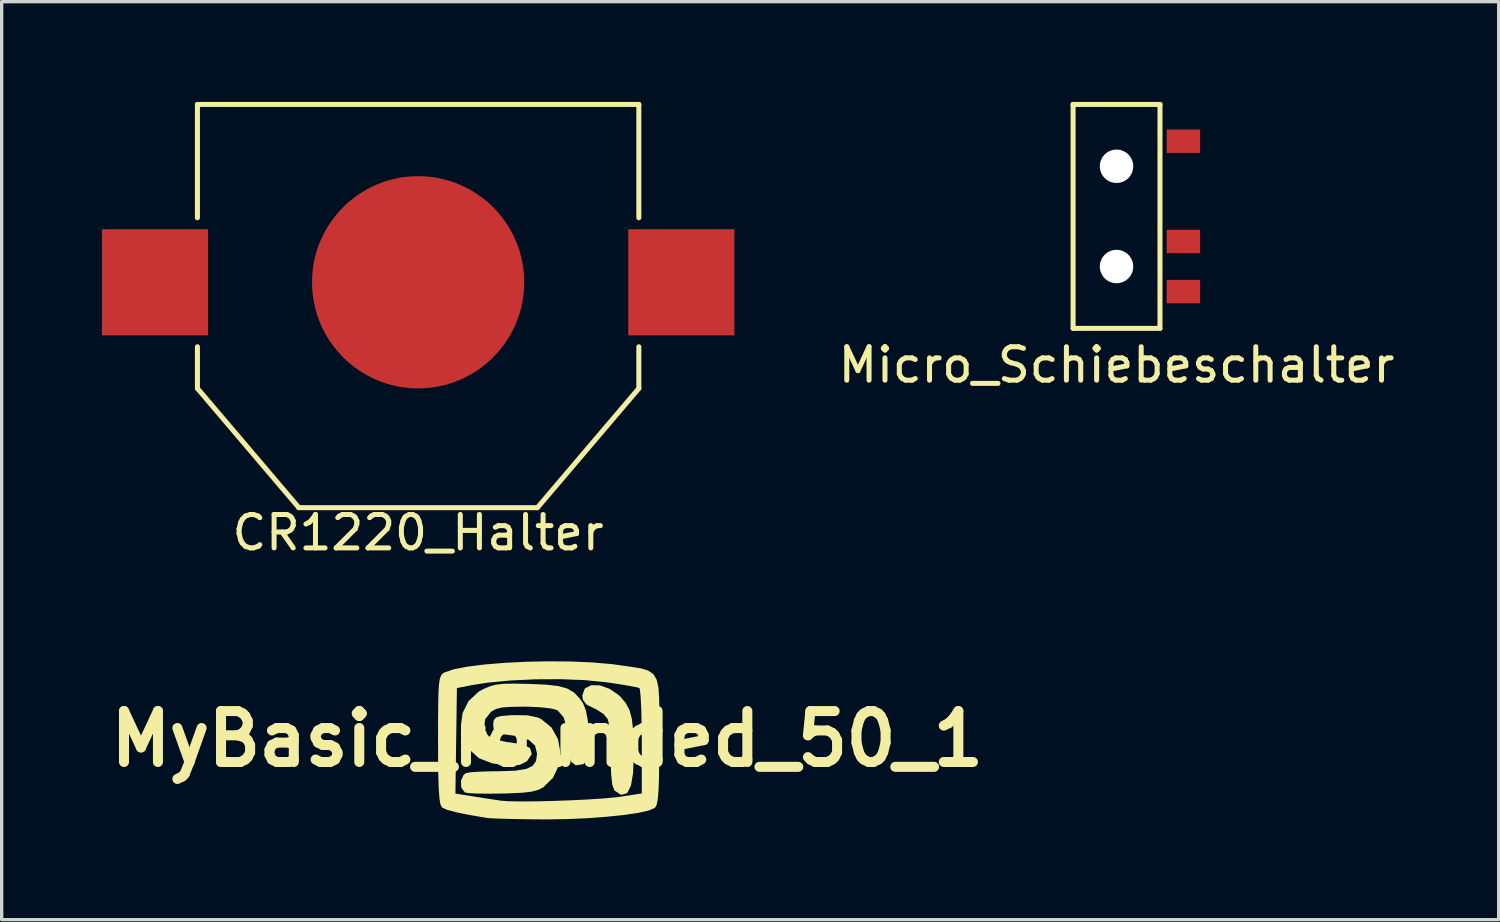
<source format=kicad_pcb>
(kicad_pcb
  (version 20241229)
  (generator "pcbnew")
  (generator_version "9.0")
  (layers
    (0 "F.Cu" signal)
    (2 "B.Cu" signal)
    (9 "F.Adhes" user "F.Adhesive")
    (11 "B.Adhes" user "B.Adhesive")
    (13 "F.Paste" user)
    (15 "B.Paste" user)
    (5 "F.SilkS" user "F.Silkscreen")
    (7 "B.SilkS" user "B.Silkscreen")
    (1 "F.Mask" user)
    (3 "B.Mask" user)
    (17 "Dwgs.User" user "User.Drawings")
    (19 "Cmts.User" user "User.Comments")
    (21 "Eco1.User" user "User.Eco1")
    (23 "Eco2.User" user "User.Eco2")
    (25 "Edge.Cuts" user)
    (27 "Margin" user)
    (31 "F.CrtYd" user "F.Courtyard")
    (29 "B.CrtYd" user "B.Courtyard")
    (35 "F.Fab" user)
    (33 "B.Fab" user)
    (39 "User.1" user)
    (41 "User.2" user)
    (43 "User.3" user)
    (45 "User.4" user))
  (footprint "Micro_Schiebeschalter"
    (layer "F.Cu")
    (at 30.358 3.425)
    (property "Reference" "Micro_Schiebeschalter" (at 0 4.445 0) (layer "F.SilkS") (effects (font (size 1 1) (thickness 0.15))))
    (attr through_hole)
    (fp_line (start -1.3 -3.35) (end 1.3 -3.35) (stroke (width 0.15) (type solid)) (layer "F.SilkS"))
    (fp_line (start -1.3 3.35) (end -1.3 -3.35) (stroke (width 0.15) (type solid)) (layer "F.SilkS"))
    (fp_line (start -1.3 3.35) (end 1.3 3.35) (stroke (width 0.15) (type solid)) (layer "F.SilkS"))
    (fp_line (start 1.3 -3.35) (end 1.3 3.35) (stroke (width 0.15) (type solid)) (layer "F.SilkS"))
    (pad "" np_thru_hole circle (at 0 -1.5) (size 1 1) (drill 1) (layers "*.Cu" "*.Mask"))
    (pad "" np_thru_hole circle (at 0 1.5) (size 1 1) (drill 1) (layers "*.Cu" "*.Mask"))
    (pad "1" smd rect (at 2 -2.25) (size 1 0.7) (layers "F.Cu" "F.Mask" "F.Paste"))
    (pad "2" smd rect (at 2 0.75) (size 1 0.7) (layers "F.Cu" "F.Mask" "F.Paste"))
    (pad "3" smd rect (at 2 2.25) (size 1 0.7) (layers "F.Cu" "F.Mask" "F.Paste")))
  (footprint "CR1220_Halter"
    (layer "F.Cu")
    (at 9.461 5.396)
    (property "Reference" "CR1220_Halter" (at 0 7.493 0) (layer "F.SilkS") (effects (font (size 1 1) (thickness 0.15))))
    (attr through_hole)
    (fp_line (start -6.604 -5.321) (end -6.604 -1.93) (stroke (width 0.15) (type solid)) (layer "F.SilkS"))
    (fp_line (start -6.604 -5.321) (end 6.604 -5.321) (stroke (width 0.15) (type solid)) (layer "F.SilkS"))
    (fp_line (start -6.604 1.93) (end -6.604 3.175) (stroke (width 0.15) (type solid)) (layer "F.SilkS"))
    (fp_line (start -6.604 3.175) (end -3.569 6.744) (stroke (width 0.15) (type solid)) (layer "F.SilkS"))
    (fp_line (start -3.569 6.744) (end 3.569 6.744) (stroke (width 0.15) (type solid)) (layer "F.SilkS"))
    (fp_line (start 6.604 -5.321) (end 6.604 -1.93) (stroke (width 0.15) (type solid)) (layer "F.SilkS"))
    (fp_line (start 6.604 1.93) (end 6.604 3.175) (stroke (width 0.15) (type solid)) (layer "F.SilkS"))
    (fp_line (start 6.604 3.175) (end 3.569 6.744) (stroke (width 0.15) (type solid)) (layer "F.SilkS"))
    (pad "1" smd rect (at -7.874 0) (size 3.175 3.175) (layers "F.Cu" "F.Mask" "F.Paste"))
    (pad "1" smd rect (at 7.874 0) (size 3.175 3.175) (layers "F.Cu" "F.Mask" "F.Paste"))
    (pad "2" smd circle (at 0 0) (size 6.35 6.35) (layers "F.Cu" "F.Mask" "F.Paste")))
  (footprint "MyBasic_rounded_50_1"
    (layer "F.Cu")
    (at 13.324 19.06)
    (property "Reference" "MyBasic_rounded_50_1" (at 0 0 0) (layer "F.SilkS") (effects (font (size 1.524 1.524) (thickness 0.3))))
    (attr through_hole)
    (fp_poly (pts (xy 2.539 0.492) (xy 2.519 1.015) (xy 2.458 1.378) (xy 2.357 1.58) (xy 2.217 1.619) (xy 2.049 1.507) (xy 1.996 1.361) (xy 1.962 1.055) (xy 1.948 0.595) (xy 1.947 0.495) (xy 1.939 0.098) (xy 1.916 -0.255) (xy 1.882 -0.516) (xy 1.853 -0.622) (xy 1.71 -0.791) (xy 1.475 -0.938) (xy 1.43 -0.958) (xy 1.209 -1.068) (xy 1.114 -1.194) (xy 1.101 -1.299) (xy 1.165 -1.476) (xy 1.333 -1.559) (xy 1.568 -1.553) (xy 1.836 -1.458) (xy 2.1 -1.278) (xy 2.154 -1.227) (xy 2.306 -1.05) (xy 2.412 -0.85) (xy 2.482 -0.595) (xy 2.521 -0.251) (xy 2.537 0.213) (xy 2.539 0.492)) (stroke (width 0.1) (type solid)) (fill yes) (layer "F.SilkS"))
    (fp_poly (pts (xy 0.343 0.401) (xy 0.295 0.785) (xy 0.13 1.134) (xy -0.144 1.404) (xy -0.285 1.477) (xy -0.473 1.527) (xy -0.744 1.559) (xy -1.133 1.578) (xy -1.355 1.583) (xy -1.751 1.588) (xy -2.089 1.584) (xy -2.331 1.572) (xy -2.434 1.557) (xy -2.523 1.44) (xy -2.531 1.262) (xy -2.463 1.108) (xy -2.406 1.067) (xy -2.267 1.045) (xy -2.003 1.028) (xy -1.658 1.018) (xy -1.432 1.016) (xy -0.951 1) (xy -0.614 0.946) (xy -0.401 0.843) (xy -0.288 0.68) (xy -0.254 0.446) (xy -0.254 0.436) (xy -0.32 0.172) (xy -0.525 -0.014) (xy -0.876 -0.13) (xy -1.077 -0.159) (xy -1.353 -0.195) (xy -1.499 -0.241) (xy -1.557 -0.319) (xy -1.566 -0.423) (xy -1.555 -0.538) (xy -1.497 -0.604) (xy -1.353 -0.639) (xy -1.086 -0.659) (xy -1.016 -0.662) (xy -0.6 -0.658) (xy -0.3 -0.594) (xy -0.206 -0.551) (xy 0.091 -0.307) (xy 0.274 0.024) (xy 0.343 0.401)) (stroke (width 0.1) (type solid)) (fill yes) (layer "F.SilkS"))
    (fp_poly (pts (xy 1.195 0.127) (xy 1.171 0.424) (xy 1.119 0.633) (xy 1.058 0.708) (xy 0.866 0.738) (xy 0.746 0.642) (xy 0.687 0.405) (xy 0.677 0.173) (xy 0.642 -0.323) (xy 0.535 -0.672) (xy 0.352 -0.884) (xy 0.288 -0.92) (xy 0.111 -0.963) (xy -0.184 -0.996) (xy -0.546 -1.014) (xy -0.712 -1.016) (xy -1.104 -1.01) (xy -1.369 -0.989) (xy -1.549 -0.944) (xy -1.687 -0.869) (xy -1.724 -0.841) (xy -1.903 -0.611) (xy -1.941 -0.348) (xy -1.834 -0.101) (xy -1.777 -0.041) (xy -1.554 0.073) (xy -1.204 0.145) (xy -1.121 0.153) (xy -0.756 0.209) (xy -0.555 0.307) (xy -0.517 0.446) (xy -0.641 0.629) (xy -0.641 0.629) (xy -0.838 0.727) (xy -1.161 0.745) (xy -1.621 0.683) (xy -1.637 0.68) (xy -2.017 0.533) (xy -2.295 0.282) (xy -2.469 -0.041) (xy -2.532 -0.402) (xy -2.482 -0.766) (xy -2.315 -1.1) (xy -2.025 -1.371) (xy -1.894 -1.444) (xy -1.711 -1.524) (xy -1.528 -1.574) (xy -1.303 -1.6) (xy -0.994 -1.606) (xy -0.562 -1.597) (xy -0.527 -1.596) (xy -0.034 -1.574) (xy 0.324 -1.533) (xy 0.582 -1.462) (xy 0.772 -1.349) (xy 0.93 -1.181) (xy 1.028 -1.042) (xy 1.108 -0.842) (xy 1.163 -0.551) (xy 1.192 -0.213) (xy 1.195 0.127)) (stroke (width 0.1) (type solid)) (fill yes) (layer "F.SilkS"))
    (fp_poly (pts (xy 3.304 -0.744) (xy 3.302 -0.15) (xy 3.302 0.035) (xy 3.3 0.675) (xy 3.293 1.165) (xy 3.281 1.525) (xy 3.261 1.773) (xy 3.234 1.929) (xy 3.197 2.011) (xy 3.184 2.025) (xy 3.017 2.096) (xy 2.879 2.126) (xy 2.879 1.673) (xy 2.879 0.079) (xy 2.875 -0.441) (xy 2.863 -0.891) (xy 2.846 -1.244) (xy 2.823 -1.477) (xy 2.799 -1.563) (xy 2.688 -1.594) (xy 2.446 -1.64) (xy 2.109 -1.696) (xy 1.762 -1.748) (xy 1.134 -1.809) (xy 0.406 -1.838) (xy -0.364 -1.834) (xy -1.119 -1.798) (xy -1.803 -1.732) (xy -2.201 -1.67) (xy -2.752 -1.565) (xy -2.775 0.056) (xy -2.798 1.677) (xy -2.224 1.768) (xy -1.888 1.821) (xy -1.584 1.868) (xy -1.397 1.896) (xy -1.157 1.914) (xy -0.785 1.92) (xy -0.321 1.917) (xy 0.2 1.904) (xy 0.739 1.885) (xy 1.258 1.859) (xy 1.72 1.828) (xy 2.087 1.793) (xy 2.223 1.775) (xy 2.879 1.673) (xy 2.879 2.126) (xy 2.707 2.164) (xy 2.283 2.226) (xy 1.771 2.279) (xy 1.199 2.321) (xy 0.594 2.348) (xy -0.017 2.358) (xy -0.169 2.357) (xy -0.654 2.352) (xy -1.093 2.344) (xy -1.452 2.334) (xy -1.697 2.323) (xy -1.778 2.316) (xy -2.285 2.232) (xy -2.692 2.15) (xy -2.978 2.074) (xy -3.111 2.014) (xy -3.149 1.936) (xy -3.177 1.761) (xy -3.197 1.473) (xy -3.21 1.057) (xy -3.216 0.498) (xy -3.217 0.035) (xy -3.216 -0.581) (xy -3.212 -1.05) (xy -3.204 -1.392) (xy -3.189 -1.629) (xy -3.166 -1.782) (xy -3.133 -1.873) (xy -3.09 -1.923) (xy -3.065 -1.938) (xy -2.799 -2.032) (xy -2.393 -2.112) (xy -1.877 -2.177) (xy -1.28 -2.227) (xy -0.631 -2.259) (xy 0.041 -2.273) (xy 0.707 -2.267) (xy 1.337 -2.24) (xy 1.902 -2.192) (xy 2.14 -2.16) (xy 2.506 -2.109) (xy 2.786 -2.064) (xy 2.992 -2.004) (xy 3.135 -1.909) (xy 3.227 -1.756) (xy 3.278 -1.526) (xy 3.3 -1.195) (xy 3.304 -0.744)) (stroke (width 0.1) (type solid)) (fill yes) (layer "F.SilkS")))
  (gr_rect
    (start -3 -3)
    (end 41.792 24.468)
    (stroke (width 0.1) (type default))
    (fill no)
    (layer "Edge.Cuts")))
</source>
